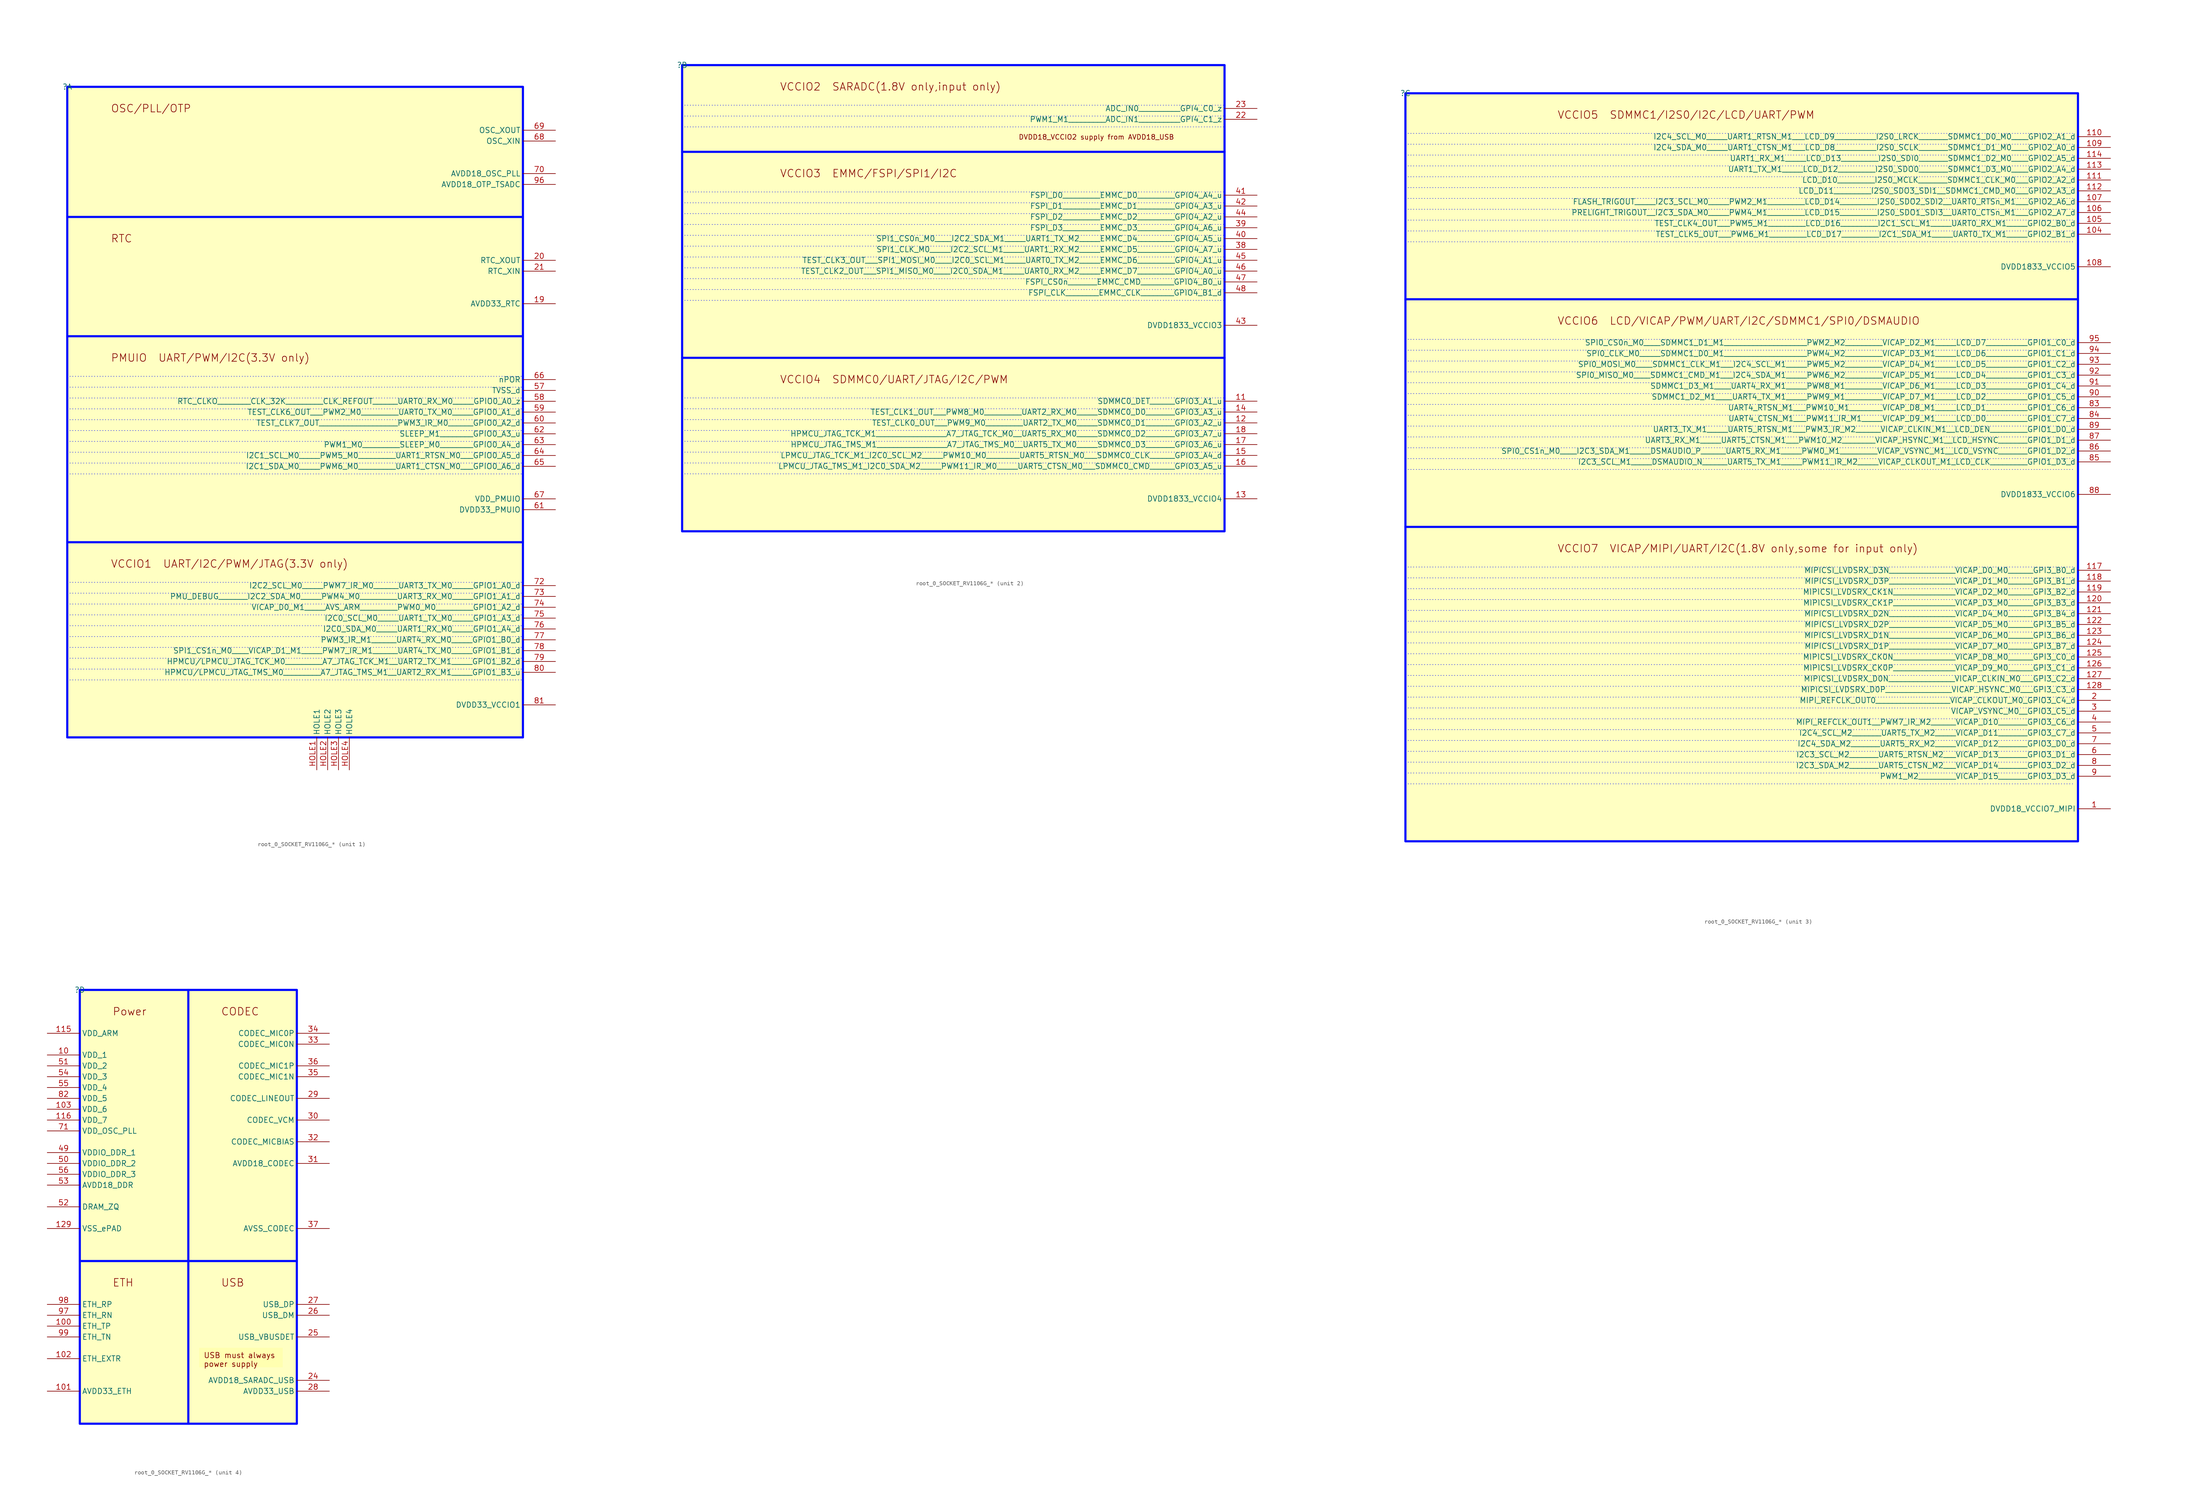
<source format=kicad_sym>
(kicad_symbol_lib
  (version 20241209)
  (generator "kicad_symbol_editor")
  (generator_version "9.0")
  (symbol "root_0_SOCKET_RV1106G_*"
    (property "Reference" ""
      (at 0 0 0)
      (effects (font (size 1.27 1.27))))
    (property "Value" ""
      (at 0 0 0)
      (effects (font (size 1.27 1.27))))
    (symbol "root_0_SOCKET_RV1106G_*_1_0"
      (polyline (pts (xy 0 -30.48) (xy 106.68 -30.48)) (stroke (width 0.508) (type solid) (color 0 11 255 1)) (fill (type none)))
      (polyline (pts (xy 0 -58.42) (xy 106.68 -58.42)) (stroke (width 0.508) (type solid) (color 0 11 255 1)) (fill (type none)))
      (polyline (pts (xy 0 -67.818) (xy 106.68 -67.818)) (stroke (width 0) (type dot) (color 0 11 255 1)) (fill (type none)))
      (polyline (pts (xy 0 -70.358) (xy 106.68 -70.358)) (stroke (width 0) (type dot) (color 0 11 255 1)) (fill (type none)))
      (polyline (pts (xy 0 -72.898) (xy 106.68 -72.898)) (stroke (width 0) (type dot) (color 0 11 255 1)) (fill (type none)))
      (polyline (pts (xy 0 -75.438) (xy 106.68 -75.438)) (stroke (width 0) (type dot) (color 0 11 255 1)) (fill (type none)))
      (polyline (pts (xy 0 -77.978) (xy 106.68 -77.978)) (stroke (width 0) (type dot) (color 0 11 255 1)) (fill (type none)))
      (polyline (pts (xy 0 -80.518) (xy 106.68 -80.518)) (stroke (width 0) (type dot) (color 0 11 255 1)) (fill (type none)))
      (polyline (pts (xy 0 -83.058) (xy 106.68 -83.058)) (stroke (width 0) (type dot) (color 0 11 255 1)) (fill (type none)))
      (polyline (pts (xy 0 -85.598) (xy 106.68 -85.598)) (stroke (width 0) (type dot) (color 0 11 255 1)) (fill (type none)))
      (polyline (pts (xy 0 -88.138) (xy 106.68 -88.138)) (stroke (width 0) (type dot) (color 0 11 255 1)) (fill (type none)))
      (polyline (pts (xy 0 -90.678) (xy 106.68 -90.678)) (stroke (width 0) (type dot) (color 0 11 255 1)) (fill (type none)))
      (polyline (pts (xy 0 -106.68) (xy 106.68 -106.68)) (stroke (width 0.508) (type solid) (color 0 11 255 1)) (fill (type none)))
      (polyline (pts (xy 0 -116.078) (xy 106.68 -116.078)) (stroke (width 0) (type dot) (color 0 11 255 1)) (fill (type none)))
      (polyline (pts (xy 0 -118.618) (xy 106.68 -118.618)) (stroke (width 0) (type dot) (color 0 11 255 1)) (fill (type none)))
      (polyline (pts (xy 0 -121.158) (xy 106.68 -121.158)) (stroke (width 0) (type dot) (color 0 11 255 1)) (fill (type none)))
      (polyline (pts (xy 0 -123.698) (xy 106.68 -123.698)) (stroke (width 0) (type dot) (color 0 11 255 1)) (fill (type none)))
      (polyline (pts (xy 0 -126.238) (xy 106.68 -126.238)) (stroke (width 0) (type dot) (color 0 11 255 1)) (fill (type none)))
      (polyline (pts (xy 0 -128.778) (xy 106.68 -128.778)) (stroke (width 0) (type dot) (color 0 11 255 1)) (fill (type none)))
      (polyline (pts (xy 0 -131.318) (xy 106.68 -131.318)) (stroke (width 0) (type dot) (color 0 11 255 1)) (fill (type none)))
      (polyline (pts (xy 0 -133.858) (xy 106.68 -133.858)) (stroke (width 0) (type dot) (color 0 11 255 1)) (fill (type none)))
      (polyline (pts (xy 0 -136.398) (xy 106.68 -136.398)) (stroke (width 0) (type dot) (color 0 11 255 1)) (fill (type none)))
      (polyline (pts (xy 0 -138.938) (xy 106.68 -138.938)) (stroke (width 0) (type dot) (color 0 11 255 1)) (fill (type none)))
      (rectangle (start 106.68 0) (end 0 -152.4) (stroke (width 0.508) (type solid) (color 0 11 255 1)) (fill (type background)))
      (text "OSC/PLL/OTP" (at 10.16 -6.096 0) (effects (font (size 1.778 1.778)) (justify left bottom)))
      (text "RTC" (at 10.16 -36.576 0) (effects (font (size 1.778 1.778)) (justify left bottom)))
      (text "PMUIO  UART/PWM/I2C(3.3V only)" (at 10.16 -64.516 0) (effects (font (size 1.778 1.778)) (justify left bottom)))
      (text "VCCIO1  UART/I2C/PWM/JTAG(3.3V only)" (at 10.16 -112.776 0) (effects (font (size 1.778 1.778)) (justify left bottom)))
      (pin passive line (at 58.42 -160.02 90) (length 7.62) (name "HOLE1" (effects (font (size 1.27 1.27)))) (number "HOLE1" (effects (font (size 1.27 1.27)))))
      (pin passive line (at 60.96 -160.02 90) (length 7.62) (name "HOLE2" (effects (font (size 1.27 1.27)))) (number "HOLE2" (effects (font (size 1.27 1.27)))))
      (pin passive line (at 63.5 -160.02 90) (length 7.62) (name "HOLE3" (effects (font (size 1.27 1.27)))) (number "HOLE3" (effects (font (size 1.27 1.27)))))
      (pin passive line (at 66.04 -160.02 90) (length 7.62) (name "HOLE4" (effects (font (size 1.27 1.27)))) (number "HOLE4" (effects (font (size 1.27 1.27)))))
      (pin passive line (at 114.3 -10.16 180) (length 7.62) (name "OSC_XOUT" (effects (font (size 1.27 1.27)))) (number "69" (effects (font (size 1.27 1.27)))))
      (pin passive line (at 114.3 -12.7 180) (length 7.62) (name "OSC_XIN" (effects (font (size 1.27 1.27)))) (number "68" (effects (font (size 1.27 1.27)))))
      (pin power_in line (at 114.3 -20.32 180) (length 7.62) (name "AVDD18_OSC_PLL" (effects (font (size 1.27 1.27)))) (number "70" (effects (font (size 1.27 1.27)))))
      (pin power_in line (at 114.3 -22.86 180) (length 7.62) (name "AVDD18_OTP_TSADC" (effects (font (size 1.27 1.27)))) (number "96" (effects (font (size 1.27 1.27)))))
      (pin passive line (at 114.3 -40.64 180) (length 7.62) (name "RTC_XOUT" (effects (font (size 1.27 1.27)))) (number "20" (effects (font (size 1.27 1.27)))))
      (pin passive line (at 114.3 -43.18 180) (length 7.62) (name "RTC_XIN" (effects (font (size 1.27 1.27)))) (number "21" (effects (font (size 1.27 1.27)))))
      (pin passive line (at 114.3 -50.8 180) (length 7.62) (name "AVDD33_RTC" (effects (font (size 1.27 1.27)))) (number "19" (effects (font (size 1.27 1.27)))))
      (pin passive line (at 114.3 -68.58 180) (length 7.62) (name "nPOR" (effects (font (size 1.27 1.27)))) (number "66" (effects (font (size 1.27 1.27)))))
      (pin power_in line (at 114.3 -71.12 180) (length 7.62) (name "TVSS_d" (effects (font (size 1.27 1.27)))) (number "57" (effects (font (size 1.27 1.27)))))
      (pin passive line (at 114.3 -73.66 180) (length 7.62) (name "RTC_CLKO________CLK_32K_________CLK_REFOUT______UART0_RX_M0_____GPIO0_A0_z" (effects (font (size 1.27 1.27)))) (number "58" (effects (font (size 1.27 1.27)))))
      (pin passive line (at 114.3 -76.2 180) (length 7.62) (name "TEST_CLK6_OUT___PWM2_M0_________UART0_TX_M0_____GPIO0_A1_d" (effects (font (size 1.27 1.27)))) (number "59" (effects (font (size 1.27 1.27)))))
      (pin passive line (at 114.3 -78.74 180) (length 7.62) (name "TEST_CLK7_OUT___________________PWM3_IR_M0______GPIO0_A2_d" (effects (font (size 1.27 1.27)))) (number "60" (effects (font (size 1.27 1.27)))))
      (pin passive line (at 114.3 -81.28 180) (length 7.62) (name "SLEEP_M1________GPIO0_A3_u" (effects (font (size 1.27 1.27)))) (number "62" (effects (font (size 1.27 1.27)))))
      (pin passive line (at 114.3 -83.82 180) (length 7.62) (name "PWM1_M0_________SLEEP_M0________GPIO0_A4_d" (effects (font (size 1.27 1.27)))) (number "63" (effects (font (size 1.27 1.27)))))
      (pin passive line (at 114.3 -86.36 180) (length 7.62) (name "I2C1_SCL_M0_____PWM5_M0_________UART1_RTSN_M0___GPIO0_A5_d" (effects (font (size 1.27 1.27)))) (number "64" (effects (font (size 1.27 1.27)))))
      (pin passive line (at 114.3 -88.9 180) (length 7.62) (name "I2C1_SDA_M0_____PWM6_M0_________UART1_CTSN_M0___GPIO0_A6_d" (effects (font (size 1.27 1.27)))) (number "65" (effects (font (size 1.27 1.27)))))
      (pin power_in line (at 114.3 -96.52 180) (length 7.62) (name "VDD_PMUIO" (effects (font (size 1.27 1.27)))) (number "67" (effects (font (size 1.27 1.27)))))
      (pin power_in line (at 114.3 -99.06 180) (length 7.62) (name "DVDD33_PMUIO" (effects (font (size 1.27 1.27)))) (number "61" (effects (font (size 1.27 1.27)))))
      (pin passive line (at 114.3 -116.84 180) (length 7.62) (name "I2C2_SCL_M0_____PWM7_IR_M0______UART3_TX_M0_____GPIO1_A0_d" (effects (font (size 1.27 1.27)))) (number "72" (effects (font (size 1.27 1.27)))))
      (pin passive line (at 114.3 -119.38 180) (length 7.62) (name "PMU_DEBUG_______I2C2_SDA_M0_____PWM4_M0_________UART3_RX_M0_____GPIO1_A1_d" (effects (font (size 1.27 1.27)))) (number "73" (effects (font (size 1.27 1.27)))))
      (pin passive line (at 114.3 -121.92 180) (length 7.62) (name "VICAP_D0_M1_____AVS_ARM_________PWM0_M0_________GPIO1_A2_d" (effects (font (size 1.27 1.27)))) (number "74" (effects (font (size 1.27 1.27)))))
      (pin passive line (at 114.3 -124.46 180) (length 7.62) (name "I2C0_SCL_M0_____UART1_TX_M0_____GPIO1_A3_d" (effects (font (size 1.27 1.27)))) (number "75" (effects (font (size 1.27 1.27)))))
      (pin passive line (at 114.3 -127 180) (length 7.62) (name "I2C0_SDA_M0_____UART1_RX_M0_____GPIO1_A4_d" (effects (font (size 1.27 1.27)))) (number "76" (effects (font (size 1.27 1.27)))))
      (pin passive line (at 114.3 -129.54 180) (length 7.62) (name "PWM3_IR_M1______UART4_RX_M0_____GPIO1_B0_d" (effects (font (size 1.27 1.27)))) (number "77" (effects (font (size 1.27 1.27)))))
      (pin passive line (at 114.3 -132.08 180) (length 7.62) (name "SPI1_CS1n_M0____VICAP_D1_M1_____PWM7_IR_M1______UART4_TX_M0_____GPIO1_B1_d" (effects (font (size 1.27 1.27)))) (number "78" (effects (font (size 1.27 1.27)))))
      (pin passive line (at 114.3 -134.62 180) (length 7.62) (name "HPMCU/LPMCU_JTAG_TCK_M0_________A7_JTAG_TCK_M1__UART2_TX_M1_____GPIO1_B2_d" (effects (font (size 1.27 1.27)))) (number "79" (effects (font (size 1.27 1.27)))))
      (pin passive line (at 114.3 -137.16 180) (length 7.62) (name "HPMCU/LPMCU_JTAG_TMS_M0_________A7_JTAG_TMS_M1__UART2_RX_M1_____GPIO1_B3_u" (effects (font (size 1.27 1.27)))) (number "80" (effects (font (size 1.27 1.27)))))
      (pin power_in line (at 114.3 -144.78 180) (length 7.62) (name "DVDD33_VCCIO1" (effects (font (size 1.27 1.27)))) (number "81" (effects (font (size 1.27 1.27))))))
    (symbol "root_0_SOCKET_RV1106G_*_2_0"
      (polyline (pts (xy 0 -9.398) (xy 127 -9.398)) (stroke (width 0) (type dot) (color 0 11 255 1)) (fill (type none)))
      (polyline (pts (xy 0 -11.938) (xy 127 -11.938)) (stroke (width 0) (type dot) (color 0 11 255 1)) (fill (type none)))
      (polyline (pts (xy 0 -14.478) (xy 127 -14.478)) (stroke (width 0) (type dot) (color 0 11 255 1)) (fill (type none)))
      (polyline (pts (xy 0 -29.718) (xy 127 -29.718)) (stroke (width 0) (type dot) (color 0 11 255 1)) (fill (type none)))
      (polyline (pts (xy 0 -32.258) (xy 127 -32.258)) (stroke (width 0) (type dot) (color 0 11 255 1)) (fill (type none)))
      (polyline (pts (xy 0 -34.798) (xy 127 -34.798)) (stroke (width 0) (type dot) (color 0 11 255 1)) (fill (type none)))
      (polyline (pts (xy 0 -37.338) (xy 127 -37.338)) (stroke (width 0) (type dot) (color 0 11 255 1)) (fill (type none)))
      (polyline (pts (xy 0 -39.878) (xy 127 -39.878)) (stroke (width 0) (type dot) (color 0 11 255 1)) (fill (type none)))
      (polyline (pts (xy 0 -42.418) (xy 127 -42.418)) (stroke (width 0) (type dot) (color 0 11 255 1)) (fill (type none)))
      (polyline (pts (xy 0 -44.958) (xy 127 -44.958)) (stroke (width 0) (type dot) (color 0 11 255 1)) (fill (type none)))
      (polyline (pts (xy 0 -47.498) (xy 127 -47.498)) (stroke (width 0) (type dot) (color 0 11 255 1)) (fill (type none)))
      (polyline (pts (xy 0 -50.038) (xy 127 -50.038)) (stroke (width 0) (type dot) (color 0 11 255 1)) (fill (type none)))
      (polyline (pts (xy 0 -52.578) (xy 127 -52.578)) (stroke (width 0) (type dot) (color 0 11 255 1)) (fill (type none)))
      (polyline (pts (xy 0 -55.118) (xy 127 -55.118)) (stroke (width 0) (type dot) (color 0 11 255 1)) (fill (type none)))
      (polyline (pts (xy 0 -77.978) (xy 127 -77.978)) (stroke (width 0) (type dot) (color 0 11 255 1)) (fill (type none)))
      (polyline (pts (xy 0 -80.518) (xy 127 -80.518)) (stroke (width 0) (type dot) (color 0 11 255 1)) (fill (type none)))
      (polyline (pts (xy 0 -83.058) (xy 127 -83.058)) (stroke (width 0) (type dot) (color 0 11 255 1)) (fill (type none)))
      (polyline (pts (xy 0 -85.598) (xy 127 -85.598)) (stroke (width 0) (type dot) (color 0 11 255 1)) (fill (type none)))
      (polyline (pts (xy 0 -88.138) (xy 127 -88.138)) (stroke (width 0) (type dot) (color 0 11 255 1)) (fill (type none)))
      (polyline (pts (xy 0 -90.678) (xy 127 -90.678)) (stroke (width 0) (type dot) (color 0 11 255 1)) (fill (type none)))
      (polyline (pts (xy 0 -93.218) (xy 127 -93.218)) (stroke (width 0) (type dot) (color 0 11 255 1)) (fill (type none)))
      (polyline (pts (xy 0 -95.758) (xy 127 -95.758)) (stroke (width 0) (type dot) (color 0 11 255 1)) (fill (type none)))
      (rectangle (start 127 0) (end 0 -109.22) (stroke (width 0.508) (type solid) (color 0 11 255 1)) (fill (type background)))
      (polyline (pts (xy 127 -20.32) (xy 0 -20.32)) (stroke (width 0.508) (type solid) (color 0 11 255 1)) (fill (type none)))
      (polyline (pts (xy 127 -68.58) (xy 0 -68.58)) (stroke (width 0.508) (type solid) (color 0 11 255 1)) (fill (type none)))
      (text "VCCIO2  SARADC(1.8V only,input only)" (at 22.86 -6.096 0) (effects (font (size 1.778 1.778)) (justify left bottom)))
      (text "VCCIO3  EMMC/FSPI/SPI1/I2C" (at 22.86 -26.416 0) (effects (font (size 1.778 1.778)) (justify left bottom)))
      (text "VCCIO4  SDMMC0/UART/JTAG/I2C/PWM" (at 22.86 -74.676 0) (effects (font (size 1.778 1.778)) (justify left bottom)))
      (text "DVDD18_VCCIO2 supply from AVDD18_USB" (at 78.74 -17.526 0) (effects (font (size 1.143 1.143)) (justify left bottom)))
      (pin passive line (at 134.62 -10.16 180) (length 7.62) (name "ADC_IN0__________GPI4_C0_z" (effects (font (size 1.27 1.27)))) (number "23" (effects (font (size 1.27 1.27)))))
      (pin passive line (at 134.62 -12.7 180) (length 7.62) (name "PWM1_M1_________ADC_IN1__________GPI4_C1_z" (effects (font (size 1.27 1.27)))) (number "22" (effects (font (size 1.27 1.27)))))
      (pin passive line (at 134.62 -30.48 180) (length 7.62) (name "FSPI_D0_________EMMC_D0_________GPIO4_A4_u" (effects (font (size 1.27 1.27)))) (number "41" (effects (font (size 1.27 1.27)))))
      (pin passive line (at 134.62 -33.02 180) (length 7.62) (name "FSPI_D1_________EMMC_D1_________GPIO4_A3_u" (effects (font (size 1.27 1.27)))) (number "42" (effects (font (size 1.27 1.27)))))
      (pin passive line (at 134.62 -35.56 180) (length 7.62) (name "FSPI_D2_________EMMC_D2_________GPIO4_A2_u" (effects (font (size 1.27 1.27)))) (number "44" (effects (font (size 1.27 1.27)))))
      (pin passive line (at 134.62 -38.1 180) (length 7.62) (name "FSPI_D3_________EMMC_D3_________GPIO4_A6_u" (effects (font (size 1.27 1.27)))) (number "39" (effects (font (size 1.27 1.27)))))
      (pin passive line (at 134.62 -40.64 180) (length 7.62) (name "SPI1_CS0n_M0____I2C2_SDA_M1_____UART1_TX_M2_____EMMC_D4_________GPIO4_A5_u" (effects (font (size 1.27 1.27)))) (number "40" (effects (font (size 1.27 1.27)))))
      (pin passive line (at 134.62 -43.18 180) (length 7.62) (name "SPI1_CLK_M0_____I2C2_SCL_M1_____UART1_RX_M2_____EMMC_D5_________GPIO4_A7_u" (effects (font (size 1.27 1.27)))) (number "38" (effects (font (size 1.27 1.27)))))
      (pin passive line (at 134.62 -45.72 180) (length 7.62) (name "TEST_CLK3_OUT___SPI1_MOSI_M0____I2C0_SCL_M1_____UART0_TX_M2_____EMMC_D6_________GPIO4_A1_u" (effects (font (size 1.27 1.27)))) (number "45" (effects (font (size 1.27 1.27)))))
      (pin passive line (at 134.62 -48.26 180) (length 7.62) (name "TEST_CLK2_OUT___SPI1_MISO_M0____I2C0_SDA_M1_____UART0_RX_M2_____EMMC_D7_________GPIO4_A0_u" (effects (font (size 1.27 1.27)))) (number "46" (effects (font (size 1.27 1.27)))))
      (pin passive line (at 134.62 -50.8 180) (length 7.62) (name "FSPI_CS0n_______EMMC_CMD________GPIO4_B0_u" (effects (font (size 1.27 1.27)))) (number "47" (effects (font (size 1.27 1.27)))))
      (pin passive line (at 134.62 -53.34 180) (length 7.62) (name "FSPI_CLK________EMMC_CLK________GPIO4_B1_d" (effects (font (size 1.27 1.27)))) (number "48" (effects (font (size 1.27 1.27)))))
      (pin power_in line (at 134.62 -60.96 180) (length 7.62) (name "DVDD1833_VCCIO3" (effects (font (size 1.27 1.27)))) (number "43" (effects (font (size 1.27 1.27)))))
      (pin passive line (at 134.62 -78.74 180) (length 7.62) (name "SDMMC0_DET______GPIO3_A1_u" (effects (font (size 1.27 1.27)))) (number "11" (effects (font (size 1.27 1.27)))))
      (pin passive line (at 134.62 -81.28 180) (length 7.62) (name "TEST_CLK1_OUT___PWM8_M0_________UART2_RX_M0_____SDMMC0_D0_______GPIO3_A3_u" (effects (font (size 1.27 1.27)))) (number "14" (effects (font (size 1.27 1.27)))))
      (pin passive line (at 134.62 -83.82 180) (length 7.62) (name "TEST_CLK0_OUT___PWM9_M0_________UART2_TX_M0_____SDMMC0_D1_______GPIO3_A2_u" (effects (font (size 1.27 1.27)))) (number "12" (effects (font (size 1.27 1.27)))))
      (pin passive line (at 134.62 -86.36 180) (length 7.62) (name "HPMCU_JTAG_TCK_M1_________________A7_JTAG_TCK_M0__UART5_RX_M0_____SDMMC0_D2_______GPIO3_A7_u" (effects (font (size 1.27 1.27)))) (number "18" (effects (font (size 1.27 1.27)))))
      (pin passive line (at 134.62 -88.9 180) (length 7.62) (name "HPMCU_JTAG_TMS_M1_________________A7_JTAG_TMS_M0__UART5_TX_M0_____SDMMC0_D3_______GPIO3_A6_u" (effects (font (size 1.27 1.27)))) (number "17" (effects (font (size 1.27 1.27)))))
      (pin passive line (at 134.62 -91.44 180) (length 7.62) (name "LPMCU_JTAG_TCK_M1_I2C0_SCL_M2_____PWM10_M0________UART5_RTSN_M0___SDMMC0_CLK______GPIO3_A4_d" (effects (font (size 1.27 1.27)))) (number "15" (effects (font (size 1.27 1.27)))))
      (pin passive line (at 134.62 -93.98 180) (length 7.62) (name "LPMCU_JTAG_TMS_M1_I2C0_SDA_M2_____PWM11_IR_M0_____UART5_CTSN_M0___SDMMC0_CMD______GPIO3_A5_u" (effects (font (size 1.27 1.27)))) (number "16" (effects (font (size 1.27 1.27)))))
      (pin passive line (at 134.62 -101.6 180) (length 7.62) (name "DVDD1833_VCCIO4" (effects (font (size 1.27 1.27)))) (number "13" (effects (font (size 1.27 1.27))))))
    (symbol "root_0_SOCKET_RV1106G_*_3_0"
      (polyline (pts (xy 0 -9.398) (xy 156.21 -9.398)) (stroke (width 0) (type dot) (color 0 11 255 1)) (fill (type none)))
      (polyline (pts (xy 0 -11.938) (xy 156.21 -11.938)) (stroke (width 0) (type dot) (color 0 11 255 1)) (fill (type none)))
      (polyline (pts (xy 0 -14.478) (xy 156.21 -14.478)) (stroke (width 0) (type dot) (color 0 11 255 1)) (fill (type none)))
      (polyline (pts (xy 0 -17.018) (xy 156.21 -17.018)) (stroke (width 0) (type dot) (color 0 11 255 1)) (fill (type none)))
      (polyline (pts (xy 0 -19.558) (xy 156.21 -19.558)) (stroke (width 0) (type dot) (color 0 11 255 1)) (fill (type none)))
      (polyline (pts (xy 0 -22.098) (xy 156.21 -22.098)) (stroke (width 0) (type dot) (color 0 11 255 1)) (fill (type none)))
      (polyline (pts (xy 0 -24.638) (xy 156.21 -24.638)) (stroke (width 0) (type dot) (color 0 11 255 1)) (fill (type none)))
      (polyline (pts (xy 0 -27.178) (xy 156.21 -27.178)) (stroke (width 0) (type dot) (color 0 11 255 1)) (fill (type none)))
      (polyline (pts (xy 0 -29.718) (xy 156.21 -29.718)) (stroke (width 0) (type dot) (color 0 11 255 1)) (fill (type none)))
      (polyline (pts (xy 0 -32.258) (xy 156.21 -32.258)) (stroke (width 0) (type dot) (color 0 11 255 1)) (fill (type none)))
      (polyline (pts (xy 0 -34.798) (xy 156.21 -34.798)) (stroke (width 0) (type dot) (color 0 11 255 1)) (fill (type none)))
      (polyline (pts (xy 0 -57.658) (xy 156.21 -57.658)) (stroke (width 0) (type dot) (color 0 11 255 1)) (fill (type none)))
      (polyline (pts (xy 0 -60.198) (xy 156.21 -60.198)) (stroke (width 0) (type dot) (color 0 11 255 1)) (fill (type none)))
      (polyline (pts (xy 0 -62.738) (xy 156.21 -62.738)) (stroke (width 0) (type dot) (color 0 11 255 1)) (fill (type none)))
      (polyline (pts (xy 0 -65.278) (xy 156.21 -65.278)) (stroke (width 0) (type dot) (color 0 11 255 1)) (fill (type none)))
      (polyline (pts (xy 0 -67.818) (xy 156.21 -67.818)) (stroke (width 0) (type dot) (color 0 11 255 1)) (fill (type none)))
      (polyline (pts (xy 0 -70.358) (xy 156.21 -70.358)) (stroke (width 0) (type dot) (color 0 11 255 1)) (fill (type none)))
      (polyline (pts (xy 0 -72.898) (xy 156.21 -72.898)) (stroke (width 0) (type dot) (color 0 11 255 1)) (fill (type none)))
      (polyline (pts (xy 0 -75.438) (xy 156.21 -75.438)) (stroke (width 0) (type dot) (color 0 11 255 1)) (fill (type none)))
      (polyline (pts (xy 0 -77.978) (xy 156.21 -77.978)) (stroke (width 0) (type dot) (color 0 11 255 1)) (fill (type none)))
      (polyline (pts (xy 0 -80.518) (xy 156.21 -80.518)) (stroke (width 0) (type dot) (color 0 11 255 1)) (fill (type none)))
      (polyline (pts (xy 0 -83.058) (xy 156.21 -83.058)) (stroke (width 0) (type dot) (color 0 11 255 1)) (fill (type none)))
      (polyline (pts (xy 0 -85.598) (xy 156.21 -85.598)) (stroke (width 0) (type dot) (color 0 11 255 1)) (fill (type none)))
      (polyline (pts (xy 0 -88.138) (xy 156.21 -88.138)) (stroke (width 0) (type dot) (color 0 11 255 1)) (fill (type none)))
      (polyline (pts (xy 0 -110.998) (xy 156.21 -110.998)) (stroke (width 0) (type dot) (color 0 11 255 1)) (fill (type none)))
      (polyline (pts (xy 0 -113.538) (xy 156.21 -113.538)) (stroke (width 0) (type dot) (color 0 11 255 1)) (fill (type none)))
      (polyline (pts (xy 0 -116.078) (xy 156.21 -116.078)) (stroke (width 0) (type dot) (color 0 11 255 1)) (fill (type none)))
      (polyline (pts (xy 0 -118.618) (xy 156.21 -118.618)) (stroke (width 0) (type dot) (color 0 11 255 1)) (fill (type none)))
      (polyline (pts (xy 0 -121.158) (xy 156.21 -121.158)) (stroke (width 0) (type dot) (color 0 11 255 1)) (fill (type none)))
      (polyline (pts (xy 0 -123.698) (xy 156.21 -123.698)) (stroke (width 0) (type dot) (color 0 11 255 1)) (fill (type none)))
      (polyline (pts (xy 0 -126.238) (xy 156.21 -126.238)) (stroke (width 0) (type dot) (color 0 11 255 1)) (fill (type none)))
      (polyline (pts (xy 0 -128.778) (xy 156.21 -128.778)) (stroke (width 0) (type dot) (color 0 11 255 1)) (fill (type none)))
      (polyline (pts (xy 0 -131.318) (xy 156.21 -131.318)) (stroke (width 0) (type dot) (color 0 11 255 1)) (fill (type none)))
      (polyline (pts (xy 0 -133.858) (xy 156.21 -133.858)) (stroke (width 0) (type dot) (color 0 11 255 1)) (fill (type none)))
      (polyline (pts (xy 0 -136.398) (xy 156.21 -136.398)) (stroke (width 0) (type dot) (color 0 11 255 1)) (fill (type none)))
      (polyline (pts (xy 0 -138.938) (xy 156.21 -138.938)) (stroke (width 0) (type dot) (color 0 11 255 1)) (fill (type none)))
      (polyline (pts (xy 0 -141.478) (xy 156.21 -141.478)) (stroke (width 0) (type dot) (color 0 11 255 1)) (fill (type none)))
      (polyline (pts (xy 0 -144.018) (xy 156.21 -144.018)) (stroke (width 0) (type dot) (color 0 11 255 1)) (fill (type none)))
      (polyline (pts (xy 0 -146.558) (xy 156.21 -146.558)) (stroke (width 0) (type dot) (color 0 11 255 1)) (fill (type none)))
      (polyline (pts (xy 0 -149.098) (xy 156.21 -149.098)) (stroke (width 0) (type dot) (color 0 11 255 1)) (fill (type none)))
      (polyline (pts (xy 0 -151.638) (xy 156.21 -151.638)) (stroke (width 0) (type dot) (color 0 11 255 1)) (fill (type none)))
      (polyline (pts (xy 0 -154.178) (xy 156.21 -154.178)) (stroke (width 0) (type dot) (color 0 11 255 1)) (fill (type none)))
      (polyline (pts (xy 0 -156.718) (xy 156.21 -156.718)) (stroke (width 0) (type dot) (color 0 11 255 1)) (fill (type none)))
      (polyline (pts (xy 0 -159.258) (xy 156.21 -159.258)) (stroke (width 0) (type dot) (color 0 11 255 1)) (fill (type none)))
      (polyline (pts (xy 0 -161.798) (xy 156.21 -161.798)) (stroke (width 0) (type dot) (color 0 11 255 1)) (fill (type none)))
      (rectangle (start 157.48 0) (end 0 -175.26) (stroke (width 0.508) (type solid) (color 0 11 255 1)) (fill (type background)))
      (polyline (pts (xy 157.48 -48.26) (xy 0 -48.26)) (stroke (width 0.508) (type solid) (color 0 11 255 1)) (fill (type none)))
      (polyline (pts (xy 157.48 -101.6) (xy 0 -101.6)) (stroke (width 0.508) (type solid) (color 0 11 255 1)) (fill (type none)))
      (text "VCCIO5  SDMMC1/I2S0/I2C/LCD/UART/PWM" (at 35.56 -6.096 0) (effects (font (size 1.778 1.778)) (justify left bottom)))
      (text "VCCIO6  LCD/VICAP/PWM/UART/I2C/SDMMC1/SPI0/DSMAUDIO" (at 35.56 -54.356 0) (effects (font (size 1.778 1.778)) (justify left bottom)))
      (text "VCCIO7  VICAP/MIPI/UART/I2C(1.8V only,some for input only)" (at 35.56 -107.696 0) (effects (font (size 1.778 1.778)) (justify left bottom)))
      (pin passive line (at 165.1 -10.16 180) (length 7.62) (name "I2C4_SCL_M0_____UART1_RTSN_M1___LCD_D9__________I2S0_LRCK_______SDMMC1_D0_M0____GPIO2_A1_d" (effects (font (size 1.27 1.27)))) (number "110" (effects (font (size 1.27 1.27)))))
      (pin passive line (at 165.1 -12.7 180) (length 7.62) (name "I2C4_SDA_M0_____UART1_CTSN_M1___LCD_D8__________I2S0_SCLK_______SDMMC1_D1_M0____GPIO2_A0_d" (effects (font (size 1.27 1.27)))) (number "109" (effects (font (size 1.27 1.27)))))
      (pin passive line (at 165.1 -15.24 180) (length 7.62) (name "UART1_RX_M1_____LCD_D13_________I2S0_SDI0_______SDMMC1_D2_M0____GPIO2_A5_d" (effects (font (size 1.27 1.27)))) (number "114" (effects (font (size 1.27 1.27)))))
      (pin passive line (at 165.1 -17.78 180) (length 7.62) (name "UART1_TX_M1_____LCD_D12_________I2S0_SDO0_______SDMMC1_D3_M0____GPIO2_A4_d" (effects (font (size 1.27 1.27)))) (number "113" (effects (font (size 1.27 1.27)))))
      (pin passive line (at 165.1 -20.32 180) (length 7.62) (name "LCD_D10_________I2S0_MCLK_______SDMMC1_CLK_M0___GPIO2_A2_d" (effects (font (size 1.27 1.27)))) (number "111" (effects (font (size 1.27 1.27)))))
      (pin passive line (at 165.1 -22.86 180) (length 7.62) (name "LCD_D11_________I2S0_SDO3_SDI1__SDMMC1_CMD_M0___GPIO2_A3_d" (effects (font (size 1.27 1.27)))) (number "112" (effects (font (size 1.27 1.27)))))
      (pin passive line (at 165.1 -25.4 180) (length 7.62) (name "FLASH_TRIGOUT_____I2C3_SCL_M0_____PWM2_M1_________LCD_D14_________I2S0_SDO2_SDI2__UART0_RTSn_M1___GPIO2_A6_d" (effects (font (size 1.27 1.27)))) (number "107" (effects (font (size 1.27 1.27)))))
      (pin passive line (at 165.1 -27.94 180) (length 7.62) (name "PRELIGHT_TRIGOUT__I2C3_SDA_M0_____PWM4_M1_________LCD_D15_________I2S0_SDO1_SDI3__UART0_CTSn_M1___GPIO2_A7_d" (effects (font (size 1.27 1.27)))) (number "106" (effects (font (size 1.27 1.27)))))
      (pin passive line (at 165.1 -30.48 180) (length 7.62) (name "TEST_CLK4_OUT___PWM5_M1_________LCD_D16_________I2C1_SCL_M1_____UART0_RX_M1_____GPIO2_B0_d" (effects (font (size 1.27 1.27)))) (number "105" (effects (font (size 1.27 1.27)))))
      (pin passive line (at 165.1 -33.02 180) (length 7.62) (name "TEST_CLK5_OUT___PWM6_M1_________LCD_D17_________I2C1_SDA_M1_____UART0_TX_M1_____GPIO2_B1_d" (effects (font (size 1.27 1.27)))) (number "104" (effects (font (size 1.27 1.27)))))
      (pin passive line (at 165.1 -40.64 180) (length 7.62) (name "DVDD1833_VCCIO5" (effects (font (size 1.27 1.27)))) (number "108" (effects (font (size 1.27 1.27)))))
      (pin passive line (at 165.1 -58.42 180) (length 7.62) (name "SPI0_CS0n_M0____SDMMC1_D1_M1____________________PWM2_M2_________VICAP_D2_M1_____LCD_D7__________GPIO1_C0_d" (effects (font (size 1.27 1.27)))) (number "95" (effects (font (size 1.27 1.27)))))
      (pin passive line (at 165.1 -60.96 180) (length 7.62) (name "SPI0_CLK_M0_____SDMMC1_D0_M1____________________PWM4_M2_________VICAP_D3_M1_____LCD_D6__________GPIO1_C1_d" (effects (font (size 1.27 1.27)))) (number "94" (effects (font (size 1.27 1.27)))))
      (pin passive line (at 165.1 -63.5 180) (length 7.62) (name "SPI0_MOSI_M0____SDMMC1_CLK_M1___I2C4_SCL_M1_____PWM5_M2_________VICAP_D4_M1_____LCD_D5__________GPIO1_C2_d" (effects (font (size 1.27 1.27)))) (number "93" (effects (font (size 1.27 1.27)))))
      (pin passive line (at 165.1 -66.04 180) (length 7.62) (name "SPI0_MISO_M0____SDMMC1_CMD_M1___I2C4_SDA_M1_____PWM6_M2_________VICAP_D5_M1_____LCD_D4__________GPIO1_C3_d" (effects (font (size 1.27 1.27)))) (number "92" (effects (font (size 1.27 1.27)))))
      (pin passive line (at 165.1 -68.58 180) (length 7.62) (name "SDMMC1_D3_M1____UART4_RX_M1_____PWM8_M1_________VICAP_D6_M1_____LCD_D3__________GPIO1_C4_d" (effects (font (size 1.27 1.27)))) (number "91" (effects (font (size 1.27 1.27)))))
      (pin passive line (at 165.1 -71.12 180) (length 7.62) (name "SDMMC1_D2_M1____UART4_TX_M1_____PWM9_M1_________VICAP_D7_M1_____LCD_D2__________GPIO1_C5_d" (effects (font (size 1.27 1.27)))) (number "90" (effects (font (size 1.27 1.27)))))
      (pin passive line (at 165.1 -73.66 180) (length 7.62) (name "UART4_RTSN_M1___PWM10_M1________VICAP_D8_M1_____LCD_D1__________GPIO1_C6_d" (effects (font (size 1.27 1.27)))) (number "83" (effects (font (size 1.27 1.27)))))
      (pin passive line (at 165.1 -76.2 180) (length 7.62) (name "UART4_CTSN_M1___PWM11_IR_M1_____VICAP_D9_M1_____LCD_D0__________GPIO1_C7_d" (effects (font (size 1.27 1.27)))) (number "84" (effects (font (size 1.27 1.27)))))
      (pin passive line (at 165.1 -78.74 180) (length 7.62) (name "UART3_TX_M1_____UART5_RTSN_M1___PWM3_IR_M2______VICAP_CLKIN_M1__LCD_DEN_________GPIO1_D0_d" (effects (font (size 1.27 1.27)))) (number "89" (effects (font (size 1.27 1.27)))))
      (pin passive line (at 165.1 -81.28 180) (length 7.62) (name "UART3_RX_M1_____UART5_CTSN_M1___PWM10_M2________VICAP_HSYNC_M1__LCD_HSYNC_______GPIO1_D1_d" (effects (font (size 1.27 1.27)))) (number "87" (effects (font (size 1.27 1.27)))))
      (pin passive line (at 165.1 -83.82 180) (length 7.62) (name "SPI0_CS1n_M0____I2C3_SDA_M1_____DSMAUDIO_P______UART5_RX_M1_____PWM0_M1_________VICAP_VSYNC_M1__LCD_VSYNC_______GPIO1_D2_d" (effects (font (size 1.27 1.27)))) (number "86" (effects (font (size 1.27 1.27)))))
      (pin passive line (at 165.1 -86.36 180) (length 7.62) (name "I2C3_SCL_M1_____DSMAUDIO_N______UART5_TX_M1_____PWM11_IR_M2_____VICAP_CLKOUT_M1_LCD_CLK_________GPIO1_D3_d" (effects (font (size 1.27 1.27)))) (number "85" (effects (font (size 1.27 1.27)))))
      (pin passive line (at 165.1 -93.98 180) (length 7.62) (name "DVDD1833_VCCIO6" (effects (font (size 1.27 1.27)))) (number "88" (effects (font (size 1.27 1.27)))))
      (pin passive line (at 165.1 -111.76 180) (length 7.62) (name "MIPICSI_LVDSRX_D3N________________VICAP_D0_M0______GPI3_B0_d" (effects (font (size 1.27 1.27)))) (number "117" (effects (font (size 1.27 1.27)))))
      (pin passive line (at 165.1 -114.3 180) (length 7.62) (name "MIPICSI_LVDSRX_D3P________________VICAP_D1_M0______GPI3_B1_d" (effects (font (size 1.27 1.27)))) (number "118" (effects (font (size 1.27 1.27)))))
      (pin passive line (at 165.1 -116.84 180) (length 7.62) (name "MIPICSI_LVDSRX_CK1N_______________VICAP_D2_M0______GPI3_B2_d" (effects (font (size 1.27 1.27)))) (number "119" (effects (font (size 1.27 1.27)))))
      (pin passive line (at 165.1 -119.38 180) (length 7.62) (name "MIPICSI_LVDSRX_CK1P_______________VICAP_D3_M0______GPI3_B3_d" (effects (font (size 1.27 1.27)))) (number "120" (effects (font (size 1.27 1.27)))))
      (pin passive line (at 165.1 -121.92 180) (length 7.62) (name "MIPICSI_LVDSRX_D2N________________VICAP_D4_M0______GPI3_B4_d" (effects (font (size 1.27 1.27)))) (number "121" (effects (font (size 1.27 1.27)))))
      (pin passive line (at 165.1 -124.46 180) (length 7.62) (name "MIPICSI_LVDSRX_D2P________________VICAP_D5_M0______GPI3_B5_d" (effects (font (size 1.27 1.27)))) (number "122" (effects (font (size 1.27 1.27)))))
      (pin passive line (at 165.1 -127 180) (length 7.62) (name "MIPICSI_LVDSRX_D1N________________VICAP_D6_M0______GPI3_B6_d" (effects (font (size 1.27 1.27)))) (number "123" (effects (font (size 1.27 1.27)))))
      (pin passive line (at 165.1 -129.54 180) (length 7.62) (name "MIPICSI_LVDSRX_D1P________________VICAP_D7_M0______GPI3_B7_d" (effects (font (size 1.27 1.27)))) (number "124" (effects (font (size 1.27 1.27)))))
      (pin passive line (at 165.1 -132.08 180) (length 7.62) (name "MIPICSI_LVDSRX_CK0N_______________VICAP_D8_M0______GPI3_C0_d" (effects (font (size 1.27 1.27)))) (number "125" (effects (font (size 1.27 1.27)))))
      (pin passive line (at 165.1 -134.62 180) (length 7.62) (name "MIPICSI_LVDSRX_CK0P_______________VICAP_D9_M0______GPI3_C1_d" (effects (font (size 1.27 1.27)))) (number "126" (effects (font (size 1.27 1.27)))))
      (pin passive line (at 165.1 -137.16 180) (length 7.62) (name "MIPICSI_LVDSRX_D0N________________VICAP_CLKIN_M0___GPI3_C2_d" (effects (font (size 1.27 1.27)))) (number "127" (effects (font (size 1.27 1.27)))))
      (pin passive line (at 165.1 -139.7 180) (length 7.62) (name "MIPICSI_LVDSRX_D0P________________VICAP_HSYNC_M0___GPI3_C3_d" (effects (font (size 1.27 1.27)))) (number "128" (effects (font (size 1.27 1.27)))))
      (pin passive line (at 165.1 -142.24 180) (length 7.62) (name "MIPI_REFCLK_OUT0__________________VICAP_CLKOUT_M0_GPIO3_C4_d" (effects (font (size 1.27 1.27)))) (number "2" (effects (font (size 1.27 1.27)))))
      (pin passive line (at 165.1 -144.78 180) (length 7.62) (name "VICAP_VSYNC_M0__GPIO3_C5_d" (effects (font (size 1.27 1.27)))) (number "3" (effects (font (size 1.27 1.27)))))
      (pin passive line (at 165.1 -147.32 180) (length 7.62) (name "MIPI_REFCLK_OUT1__PWM7_IR_M2______VICAP_D10_______GPIO3_C6_d" (effects (font (size 1.27 1.27)))) (number "4" (effects (font (size 1.27 1.27)))))
      (pin passive line (at 165.1 -149.86 180) (length 7.62) (name "I2C4_SCL_M2_______UART5_TX_M2_____VICAP_D11_______GPIO3_C7_d" (effects (font (size 1.27 1.27)))) (number "5" (effects (font (size 1.27 1.27)))))
      (pin passive line (at 165.1 -152.4 180) (length 7.62) (name "I2C4_SDA_M2_______UART5_RX_M2_____VICAP_D12_______GPIO3_D0_d" (effects (font (size 1.27 1.27)))) (number "7" (effects (font (size 1.27 1.27)))))
      (pin passive line (at 165.1 -154.94 180) (length 7.62) (name "I2C3_SCL_M2_______UART5_RTSN_M2___VICAP_D13_______GPIO3_D1_d" (effects (font (size 1.27 1.27)))) (number "6" (effects (font (size 1.27 1.27)))))
      (pin passive line (at 165.1 -157.48 180) (length 7.62) (name "I2C3_SDA_M2_______UART5_CTSN_M2___VICAP_D14_______GPIO3_D2_d" (effects (font (size 1.27 1.27)))) (number "8" (effects (font (size 1.27 1.27)))))
      (pin passive line (at 165.1 -160.02 180) (length 7.62) (name "PWM1_M2_________VICAP_D15_______GPIO3_D3_d" (effects (font (size 1.27 1.27)))) (number "9" (effects (font (size 1.27 1.27)))))
      (pin passive line (at 165.1 -167.64 180) (length 7.62) (name "DVDD18_VCCIO7_MIPI" (effects (font (size 1.27 1.27)))) (number "1" (effects (font (size 1.27 1.27))))))
    (symbol "root_0_SOCKET_RV1106G_*_4_0"
      (polyline (pts (xy 25.4 0) (xy 25.4 -101.6)) (stroke (width 0.508) (type solid) (color 0 11 255 1)) (fill (type none)))
      (rectangle (start 50.8 0) (end 0 -101.6) (stroke (width 0.508) (type solid) (color 0 11 255 1)) (fill (type background)))
      (polyline (pts (xy 50.8 -63.5) (xy 0 -63.5)) (stroke (width 0.508) (type solid) (color 0 11 255 1)) (fill (type none)))
      (text "Power" (at 7.62 -6.096 0) (effects (font (size 1.778 1.778)) (justify left bottom)))
      (text "ETH" (at 7.62 -69.596 0) (effects (font (size 1.778 1.778)) (justify left bottom)))
      (text "CODEC" (at 33.02 -6.096 0) (effects (font (size 1.778 1.778)) (justify left bottom)))
      (text "USB" (at 33.02 -69.596 0) (effects (font (size 1.778 1.778)) (justify left bottom)))
      (text_box "USB must always\npower supply" (at 47.498 -83.82 0) (size -19.558 -4.572) (margins 1.016 1.016 1.016 1.016) (stroke (width -0.0001) (type default)) (fill (type color) (color 255 255 176 1)) (effects (font (size 1.27 1.27)) (justify left top)))
      (pin power_in line (at -7.62 -10.16 0) (length 7.62) (name "VDD_ARM" (effects (font (size 1.27 1.27)))) (number "115" (effects (font (size 1.27 1.27)))))
      (pin power_in line (at -7.62 -15.24 0) (length 7.62) (name "VDD_1" (effects (font (size 1.27 1.27)))) (number "10" (effects (font (size 1.27 1.27)))))
      (pin power_in line (at -7.62 -17.78 0) (length 7.62) (name "VDD_2" (effects (font (size 1.27 1.27)))) (number "51" (effects (font (size 1.27 1.27)))))
      (pin power_in line (at -7.62 -20.32 0) (length 7.62) (name "VDD_3" (effects (font (size 1.27 1.27)))) (number "54" (effects (font (size 1.27 1.27)))))
      (pin power_in line (at -7.62 -22.86 0) (length 7.62) (name "VDD_4" (effects (font (size 1.27 1.27)))) (number "55" (effects (font (size 1.27 1.27)))))
      (pin power_in line (at -7.62 -25.4 0) (length 7.62) (name "VDD_5" (effects (font (size 1.27 1.27)))) (number "82" (effects (font (size 1.27 1.27)))))
      (pin power_in line (at -7.62 -27.94 0) (length 7.62) (name "VDD_6" (effects (font (size 1.27 1.27)))) (number "103" (effects (font (size 1.27 1.27)))))
      (pin power_in line (at -7.62 -30.48 0) (length 7.62) (name "VDD_7" (effects (font (size 1.27 1.27)))) (number "116" (effects (font (size 1.27 1.27)))))
      (pin power_in line (at -7.62 -33.02 0) (length 7.62) (name "VDD_OSC_PLL" (effects (font (size 1.27 1.27)))) (number "71" (effects (font (size 1.27 1.27)))))
      (pin power_in line (at -7.62 -38.1 0) (length 7.62) (name "VDDIO_DDR_1" (effects (font (size 1.27 1.27)))) (number "49" (effects (font (size 1.27 1.27)))))
      (pin power_in line (at -7.62 -40.64 0) (length 7.62) (name "VDDIO_DDR_2" (effects (font (size 1.27 1.27)))) (number "50" (effects (font (size 1.27 1.27)))))
      (pin power_in line (at -7.62 -43.18 0) (length 7.62) (name "VDDIO_DDR_3" (effects (font (size 1.27 1.27)))) (number "56" (effects (font (size 1.27 1.27)))))
      (pin power_in line (at -7.62 -45.72 0) (length 7.62) (name "AVDD18_DDR" (effects (font (size 1.27 1.27)))) (number "53" (effects (font (size 1.27 1.27)))))
      (pin passive line (at -7.62 -50.8 0) (length 7.62) (name "DRAM_ZQ" (effects (font (size 1.27 1.27)))) (number "52" (effects (font (size 1.27 1.27)))))
      (pin power_in line (at -7.62 -55.88 0) (length 7.62) (name "VSS_ePAD" (effects (font (size 1.27 1.27)))) (number "129" (effects (font (size 1.27 1.27)))))
      (pin passive line (at -7.62 -73.66 0) (length 7.62) (name "ETH_RP" (effects (font (size 1.27 1.27)))) (number "98" (effects (font (size 1.27 1.27)))))
      (pin passive line (at -7.62 -76.2 0) (length 7.62) (name "ETH_RN" (effects (font (size 1.27 1.27)))) (number "97" (effects (font (size 1.27 1.27)))))
      (pin passive line (at -7.62 -78.74 0) (length 7.62) (name "ETH_TP" (effects (font (size 1.27 1.27)))) (number "100" (effects (font (size 1.27 1.27)))))
      (pin passive line (at -7.62 -81.28 0) (length 7.62) (name "ETH_TN" (effects (font (size 1.27 1.27)))) (number "99" (effects (font (size 1.27 1.27)))))
      (pin passive line (at -7.62 -86.36 0) (length 7.62) (name "ETH_EXTR" (effects (font (size 1.27 1.27)))) (number "102" (effects (font (size 1.27 1.27)))))
      (pin passive line (at -7.62 -93.98 0) (length 7.62) (name "AVDD33_ETH" (effects (font (size 1.27 1.27)))) (number "101" (effects (font (size 1.27 1.27)))))
      (pin passive line (at 58.42 -10.16 180) (length 7.62) (name "CODEC_MIC0P" (effects (font (size 1.27 1.27)))) (number "34" (effects (font (size 1.27 1.27)))))
      (pin passive line (at 58.42 -12.7 180) (length 7.62) (name "CODEC_MIC0N" (effects (font (size 1.27 1.27)))) (number "33" (effects (font (size 1.27 1.27)))))
      (pin passive line (at 58.42 -17.78 180) (length 7.62) (name "CODEC_MIC1P" (effects (font (size 1.27 1.27)))) (number "36" (effects (font (size 1.27 1.27)))))
      (pin passive line (at 58.42 -20.32 180) (length 7.62) (name "CODEC_MIC1N" (effects (font (size 1.27 1.27)))) (number "35" (effects (font (size 1.27 1.27)))))
      (pin passive line (at 58.42 -25.4 180) (length 7.62) (name "CODEC_LINEOUT" (effects (font (size 1.27 1.27)))) (number "29" (effects (font (size 1.27 1.27)))))
      (pin passive line (at 58.42 -30.48 180) (length 7.62) (name "CODEC_VCM" (effects (font (size 1.27 1.27)))) (number "30" (effects (font (size 1.27 1.27)))))
      (pin passive line (at 58.42 -35.56 180) (length 7.62) (name "CODEC_MICBIAS" (effects (font (size 1.27 1.27)))) (number "32" (effects (font (size 1.27 1.27)))))
      (pin passive line (at 58.42 -40.64 180) (length 7.62) (name "AVDD18_CODEC" (effects (font (size 1.27 1.27)))) (number "31" (effects (font (size 1.27 1.27)))))
      (pin power_in line (at 58.42 -55.88 180) (length 7.62) (name "AVSS_CODEC" (effects (font (size 1.27 1.27)))) (number "37" (effects (font (size 1.27 1.27)))))
      (pin passive line (at 58.42 -73.66 180) (length 7.62) (name "USB_DP" (effects (font (size 1.27 1.27)))) (number "27" (effects (font (size 1.27 1.27)))))
      (pin passive line (at 58.42 -76.2 180) (length 7.62) (name "USB_DM" (effects (font (size 1.27 1.27)))) (number "26" (effects (font (size 1.27 1.27)))))
      (pin passive line (at 58.42 -81.28 180) (length 7.62) (name "USB_VBUSDET" (effects (font (size 1.27 1.27)))) (number "25" (effects (font (size 1.27 1.27)))))
      (pin power_in line (at 58.42 -91.44 180) (length 7.62) (name "AVDD18_SARADC_USB" (effects (font (size 1.27 1.27)))) (number "24" (effects (font (size 1.27 1.27)))))
      (pin power_in line (at 58.42 -93.98 180) (length 7.62) (name "AVDD33_USB" (effects (font (size 1.27 1.27)))) (number "28" (effects (font (size 1.27 1.27))))))))
</source>
